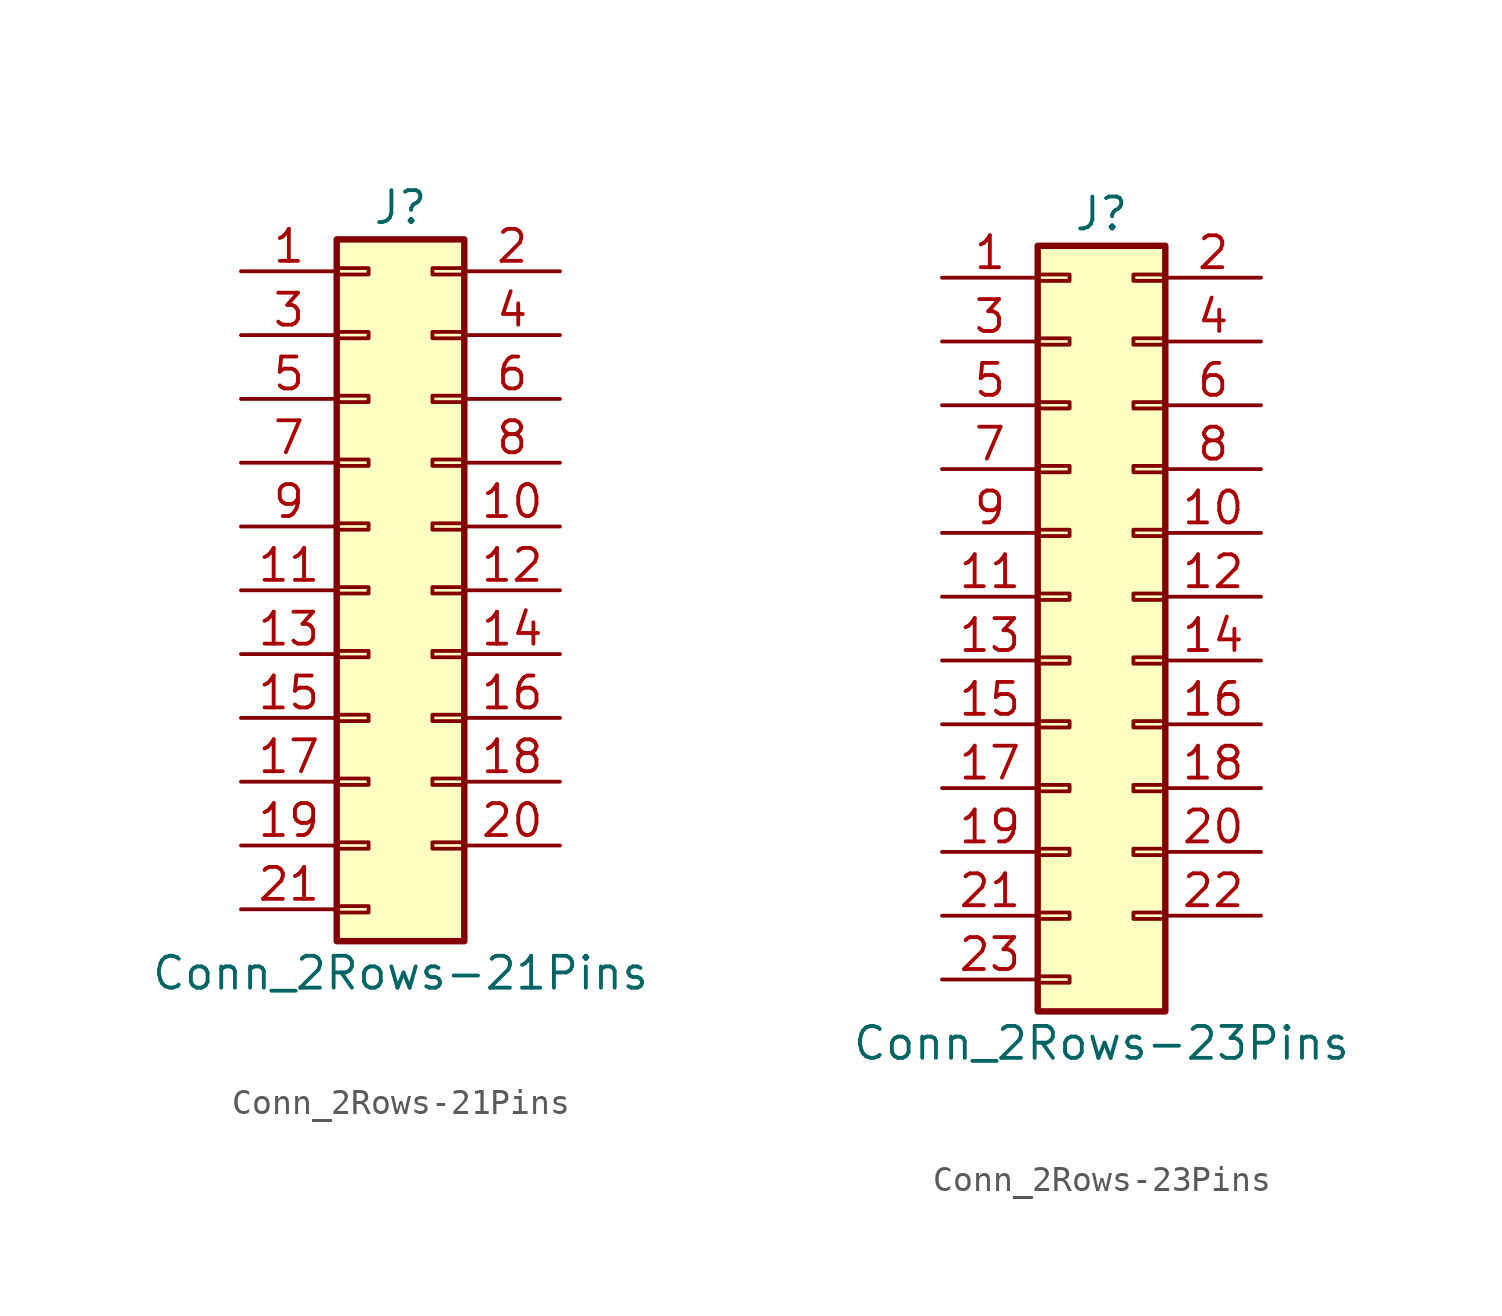
<source format=kicad_sym>
(kicad_symbol_lib
  (version 20220914)
  (generator kicad_symbol_editor)
  (symbol "Conn_2Rows-21Pins"
    (pin_names
      (offset 1.016) hide)
    (property "Reference" "J"
      (at 1.27 15.24 0)
      (effects (font (size 1.27 1.27))))
    (property "Value" "Conn_2Rows-21Pins"
      (at 1.27 -15.24 0)
      (effects (font (size 1.27 1.27))))
    (symbol "Conn_2Rows-21Pins_1_1"
      (rectangle (start -1.27 -12.573) (end 0 -12.827) (stroke (width 0.152) (type solid)) (fill (type none)))
      (rectangle (start -1.27 -10.033) (end 0 -10.287) (stroke (width 0.152) (type solid)) (fill (type none)))
      (rectangle (start -1.27 -7.493) (end 0 -7.747) (stroke (width 0.152) (type solid)) (fill (type none)))
      (rectangle (start -1.27 -4.953) (end 0 -5.207) (stroke (width 0.152) (type solid)) (fill (type none)))
      (rectangle (start -1.27 -2.413) (end 0 -2.667) (stroke (width 0.152) (type solid)) (fill (type none)))
      (rectangle (start -1.27 0.127) (end 0 -0.127) (stroke (width 0.152) (type solid)) (fill (type none)))
      (rectangle (start -1.27 2.667) (end 0 2.413) (stroke (width 0.152) (type solid)) (fill (type none)))
      (rectangle (start -1.27 5.207) (end 0 4.953) (stroke (width 0.152) (type solid)) (fill (type none)))
      (rectangle (start -1.27 7.747) (end 0 7.493) (stroke (width 0.152) (type solid)) (fill (type none)))
      (rectangle (start -1.27 10.287) (end 0 10.033) (stroke (width 0.152) (type solid)) (fill (type none)))
      (rectangle (start -1.27 12.827) (end 0 12.573) (stroke (width 0.152) (type solid)) (fill (type none)))
      (rectangle (start -1.27 13.97) (end 3.81 -13.97) (stroke (width 0.254) (type solid)) (fill (type background)))
      (rectangle (start 3.81 -10.033) (end 2.54 -10.287) (stroke (width 0.152) (type solid)) (fill (type none)))
      (rectangle (start 3.81 -7.493) (end 2.54 -7.747) (stroke (width 0.152) (type solid)) (fill (type none)))
      (rectangle (start 3.81 -4.953) (end 2.54 -5.207) (stroke (width 0.152) (type solid)) (fill (type none)))
      (rectangle (start 3.81 -2.413) (end 2.54 -2.667) (stroke (width 0.152) (type solid)) (fill (type none)))
      (rectangle (start 3.81 0.127) (end 2.54 -0.127) (stroke (width 0.152) (type solid)) (fill (type none)))
      (rectangle (start 3.81 2.667) (end 2.54 2.413) (stroke (width 0.152) (type solid)) (fill (type none)))
      (rectangle (start 3.81 5.207) (end 2.54 4.953) (stroke (width 0.152) (type solid)) (fill (type none)))
      (rectangle (start 3.81 7.747) (end 2.54 7.493) (stroke (width 0.152) (type solid)) (fill (type none)))
      (rectangle (start 3.81 10.287) (end 2.54 10.033) (stroke (width 0.152) (type solid)) (fill (type none)))
      (rectangle (start 3.81 12.827) (end 2.54 12.573) (stroke (width 0.152) (type solid)) (fill (type none)))
      (pin passive line (at -5.08 12.7 0) (length 3.81) (name "Pin_1" (effects (font (size 1.27 1.27)))) (number "1" (effects (font (size 1.27 1.27)))))
      (pin passive line (at 7.62 2.54 180) (length 3.81) (name "Pin_10" (effects (font (size 1.27 1.27)))) (number "10" (effects (font (size 1.27 1.27)))))
      (pin passive line (at -5.08 0 0) (length 3.81) (name "Pin_11" (effects (font (size 1.27 1.27)))) (number "11" (effects (font (size 1.27 1.27)))))
      (pin passive line (at 7.62 0 180) (length 3.81) (name "Pin_12" (effects (font (size 1.27 1.27)))) (number "12" (effects (font (size 1.27 1.27)))))
      (pin passive line (at -5.08 -2.54 0) (length 3.81) (name "Pin_13" (effects (font (size 1.27 1.27)))) (number "13" (effects (font (size 1.27 1.27)))))
      (pin passive line (at 7.62 -2.54 180) (length 3.81) (name "Pin_14" (effects (font (size 1.27 1.27)))) (number "14" (effects (font (size 1.27 1.27)))))
      (pin passive line (at -5.08 -5.08 0) (length 3.81) (name "Pin_15" (effects (font (size 1.27 1.27)))) (number "15" (effects (font (size 1.27 1.27)))))
      (pin passive line (at 7.62 -5.08 180) (length 3.81) (name "Pin_16" (effects (font (size 1.27 1.27)))) (number "16" (effects (font (size 1.27 1.27)))))
      (pin passive line (at -5.08 -7.62 0) (length 3.81) (name "Pin_17" (effects (font (size 1.27 1.27)))) (number "17" (effects (font (size 1.27 1.27)))))
      (pin passive line (at 7.62 -7.62 180) (length 3.81) (name "Pin_18" (effects (font (size 1.27 1.27)))) (number "18" (effects (font (size 1.27 1.27)))))
      (pin passive line (at -5.08 -10.16 0) (length 3.81) (name "Pin_19" (effects (font (size 1.27 1.27)))) (number "19" (effects (font (size 1.27 1.27)))))
      (pin passive line (at 7.62 12.7 180) (length 3.81) (name "Pin_2" (effects (font (size 1.27 1.27)))) (number "2" (effects (font (size 1.27 1.27)))))
      (pin passive line (at 7.62 -10.16 180) (length 3.81) (name "Pin_20" (effects (font (size 1.27 1.27)))) (number "20" (effects (font (size 1.27 1.27)))))
      (pin passive line (at -5.08 -12.7 0) (length 3.81) (name "Pin_21" (effects (font (size 1.27 1.27)))) (number "21" (effects (font (size 1.27 1.27)))))
      (pin passive line (at -5.08 10.16 0) (length 3.81) (name "Pin_3" (effects (font (size 1.27 1.27)))) (number "3" (effects (font (size 1.27 1.27)))))
      (pin passive line (at 7.62 10.16 180) (length 3.81) (name "Pin_4" (effects (font (size 1.27 1.27)))) (number "4" (effects (font (size 1.27 1.27)))))
      (pin passive line (at -5.08 7.62 0) (length 3.81) (name "Pin_5" (effects (font (size 1.27 1.27)))) (number "5" (effects (font (size 1.27 1.27)))))
      (pin passive line (at 7.62 7.62 180) (length 3.81) (name "Pin_6" (effects (font (size 1.27 1.27)))) (number "6" (effects (font (size 1.27 1.27)))))
      (pin passive line (at -5.08 5.08 0) (length 3.81) (name "Pin_7" (effects (font (size 1.27 1.27)))) (number "7" (effects (font (size 1.27 1.27)))))
      (pin passive line (at 7.62 5.08 180) (length 3.81) (name "Pin_8" (effects (font (size 1.27 1.27)))) (number "8" (effects (font (size 1.27 1.27)))))
      (pin passive line (at -5.08 2.54 0) (length 3.81) (name "Pin_9" (effects (font (size 1.27 1.27)))) (number "9" (effects (font (size 1.27 1.27)))))))
  (symbol "Conn_2Rows-23Pins"
    (pin_names
      (offset 1.016) hide)
    (property "Reference" "J"
      (at 1.27 15.24 0)
      (effects (font (size 1.27 1.27))))
    (property "Value" "Conn_2Rows-23Pins"
      (at 1.27 -17.78 0)
      (effects (font (size 1.27 1.27))))
    (symbol "Conn_2Rows-23Pins_1_1"
      (rectangle (start -1.27 -15.113) (end 0 -15.367) (stroke (width 0.152) (type solid)) (fill (type none)))
      (rectangle (start -1.27 -12.573) (end 0 -12.827) (stroke (width 0.152) (type solid)) (fill (type none)))
      (rectangle (start -1.27 -10.033) (end 0 -10.287) (stroke (width 0.152) (type solid)) (fill (type none)))
      (rectangle (start -1.27 -7.493) (end 0 -7.747) (stroke (width 0.152) (type solid)) (fill (type none)))
      (rectangle (start -1.27 -4.953) (end 0 -5.207) (stroke (width 0.152) (type solid)) (fill (type none)))
      (rectangle (start -1.27 -2.413) (end 0 -2.667) (stroke (width 0.152) (type solid)) (fill (type none)))
      (rectangle (start -1.27 0.127) (end 0 -0.127) (stroke (width 0.152) (type solid)) (fill (type none)))
      (rectangle (start -1.27 2.667) (end 0 2.413) (stroke (width 0.152) (type solid)) (fill (type none)))
      (rectangle (start -1.27 5.207) (end 0 4.953) (stroke (width 0.152) (type solid)) (fill (type none)))
      (rectangle (start -1.27 7.747) (end 0 7.493) (stroke (width 0.152) (type solid)) (fill (type none)))
      (rectangle (start -1.27 10.287) (end 0 10.033) (stroke (width 0.152) (type solid)) (fill (type none)))
      (rectangle (start -1.27 12.827) (end 0 12.573) (stroke (width 0.152) (type solid)) (fill (type none)))
      (rectangle (start -1.27 13.97) (end 3.81 -16.51) (stroke (width 0.254) (type solid)) (fill (type background)))
      (rectangle (start 3.81 -12.573) (end 2.54 -12.827) (stroke (width 0.152) (type solid)) (fill (type none)))
      (rectangle (start 3.81 -10.033) (end 2.54 -10.287) (stroke (width 0.152) (type solid)) (fill (type none)))
      (rectangle (start 3.81 -7.493) (end 2.54 -7.747) (stroke (width 0.152) (type solid)) (fill (type none)))
      (rectangle (start 3.81 -4.953) (end 2.54 -5.207) (stroke (width 0.152) (type solid)) (fill (type none)))
      (rectangle (start 3.81 -2.413) (end 2.54 -2.667) (stroke (width 0.152) (type solid)) (fill (type none)))
      (rectangle (start 3.81 0.127) (end 2.54 -0.127) (stroke (width 0.152) (type solid)) (fill (type none)))
      (rectangle (start 3.81 2.667) (end 2.54 2.413) (stroke (width 0.152) (type solid)) (fill (type none)))
      (rectangle (start 3.81 5.207) (end 2.54 4.953) (stroke (width 0.152) (type solid)) (fill (type none)))
      (rectangle (start 3.81 7.747) (end 2.54 7.493) (stroke (width 0.152) (type solid)) (fill (type none)))
      (rectangle (start 3.81 10.287) (end 2.54 10.033) (stroke (width 0.152) (type solid)) (fill (type none)))
      (rectangle (start 3.81 12.827) (end 2.54 12.573) (stroke (width 0.152) (type solid)) (fill (type none)))
      (pin passive line (at -5.08 12.7 0) (length 3.81) (name "Pin_1" (effects (font (size 1.27 1.27)))) (number "1" (effects (font (size 1.27 1.27)))))
      (pin passive line (at 7.62 2.54 180) (length 3.81) (name "Pin_10" (effects (font (size 1.27 1.27)))) (number "10" (effects (font (size 1.27 1.27)))))
      (pin passive line (at -5.08 0 0) (length 3.81) (name "Pin_11" (effects (font (size 1.27 1.27)))) (number "11" (effects (font (size 1.27 1.27)))))
      (pin passive line (at 7.62 0 180) (length 3.81) (name "Pin_12" (effects (font (size 1.27 1.27)))) (number "12" (effects (font (size 1.27 1.27)))))
      (pin passive line (at -5.08 -2.54 0) (length 3.81) (name "Pin_13" (effects (font (size 1.27 1.27)))) (number "13" (effects (font (size 1.27 1.27)))))
      (pin passive line (at 7.62 -2.54 180) (length 3.81) (name "Pin_14" (effects (font (size 1.27 1.27)))) (number "14" (effects (font (size 1.27 1.27)))))
      (pin passive line (at -5.08 -5.08 0) (length 3.81) (name "Pin_15" (effects (font (size 1.27 1.27)))) (number "15" (effects (font (size 1.27 1.27)))))
      (pin passive line (at 7.62 -5.08 180) (length 3.81) (name "Pin_16" (effects (font (size 1.27 1.27)))) (number "16" (effects (font (size 1.27 1.27)))))
      (pin passive line (at -5.08 -7.62 0) (length 3.81) (name "Pin_17" (effects (font (size 1.27 1.27)))) (number "17" (effects (font (size 1.27 1.27)))))
      (pin passive line (at 7.62 -7.62 180) (length 3.81) (name "Pin_18" (effects (font (size 1.27 1.27)))) (number "18" (effects (font (size 1.27 1.27)))))
      (pin passive line (at -5.08 -10.16 0) (length 3.81) (name "Pin_19" (effects (font (size 1.27 1.27)))) (number "19" (effects (font (size 1.27 1.27)))))
      (pin passive line (at 7.62 12.7 180) (length 3.81) (name "Pin_2" (effects (font (size 1.27 1.27)))) (number "2" (effects (font (size 1.27 1.27)))))
      (pin passive line (at 7.62 -10.16 180) (length 3.81) (name "Pin_20" (effects (font (size 1.27 1.27)))) (number "20" (effects (font (size 1.27 1.27)))))
      (pin passive line (at -5.08 -12.7 0) (length 3.81) (name "Pin_21" (effects (font (size 1.27 1.27)))) (number "21" (effects (font (size 1.27 1.27)))))
      (pin passive line (at 7.62 -12.7 180) (length 3.81) (name "Pin_22" (effects (font (size 1.27 1.27)))) (number "22" (effects (font (size 1.27 1.27)))))
      (pin passive line (at -5.08 -15.24 0) (length 3.81) (name "Pin_23" (effects (font (size 1.27 1.27)))) (number "23" (effects (font (size 1.27 1.27)))))
      (pin passive line (at -5.08 10.16 0) (length 3.81) (name "Pin_3" (effects (font (size 1.27 1.27)))) (number "3" (effects (font (size 1.27 1.27)))))
      (pin passive line (at 7.62 10.16 180) (length 3.81) (name "Pin_4" (effects (font (size 1.27 1.27)))) (number "4" (effects (font (size 1.27 1.27)))))
      (pin passive line (at -5.08 7.62 0) (length 3.81) (name "Pin_5" (effects (font (size 1.27 1.27)))) (number "5" (effects (font (size 1.27 1.27)))))
      (pin passive line (at 7.62 7.62 180) (length 3.81) (name "Pin_6" (effects (font (size 1.27 1.27)))) (number "6" (effects (font (size 1.27 1.27)))))
      (pin passive line (at -5.08 5.08 0) (length 3.81) (name "Pin_7" (effects (font (size 1.27 1.27)))) (number "7" (effects (font (size 1.27 1.27)))))
      (pin passive line (at 7.62 5.08 180) (length 3.81) (name "Pin_8" (effects (font (size 1.27 1.27)))) (number "8" (effects (font (size 1.27 1.27)))))
      (pin passive line (at -5.08 2.54 0) (length 3.81) (name "Pin_9" (effects (font (size 1.27 1.27)))) (number "9" (effects (font (size 1.27 1.27))))))))
</source>
